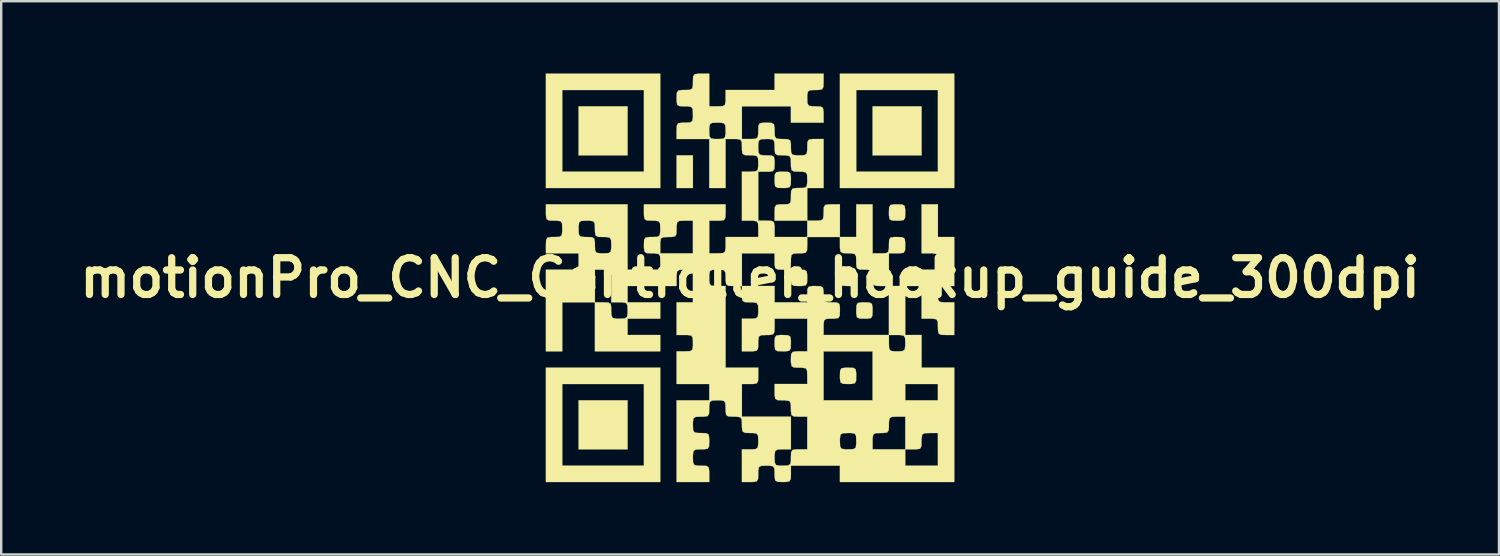
<source format=kicad_pcb>
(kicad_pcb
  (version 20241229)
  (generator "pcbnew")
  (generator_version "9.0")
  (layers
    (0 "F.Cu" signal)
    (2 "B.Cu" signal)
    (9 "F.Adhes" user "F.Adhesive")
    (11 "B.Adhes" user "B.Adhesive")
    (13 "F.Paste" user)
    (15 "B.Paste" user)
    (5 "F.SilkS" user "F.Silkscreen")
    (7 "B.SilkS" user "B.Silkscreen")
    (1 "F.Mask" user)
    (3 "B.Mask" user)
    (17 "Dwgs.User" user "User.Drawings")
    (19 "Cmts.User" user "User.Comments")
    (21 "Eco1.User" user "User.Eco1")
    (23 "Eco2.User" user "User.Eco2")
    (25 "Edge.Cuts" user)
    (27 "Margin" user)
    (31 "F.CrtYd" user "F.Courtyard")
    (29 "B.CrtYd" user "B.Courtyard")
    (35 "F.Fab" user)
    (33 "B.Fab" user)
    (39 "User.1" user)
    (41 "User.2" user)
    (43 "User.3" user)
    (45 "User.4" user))
  (footprint "motionPro_CNC_Controller_hookup_guide_300dpi"
    (layer "F.Cu")
    (at 28.056 8.472)
    (property "Reference" "motionPro_CNC_Controller_hookup_guide_300dpi" (at 0 0 0) (layer "F.SilkS") (effects (font (size 1.524 1.524) (thickness 0.3))))
    (attr through_hole)
    (fp_poly (pts (xy -5.08 -5.08) (xy -7.112 -5.08) (xy -7.112 -7.112) (xy -5.08 -7.112) (xy -5.08 -5.08)) (stroke (width 0.01) (type solid)) (fill yes) (layer "F.SilkS"))
    (fp_poly (pts (xy -5.08 7.112) (xy -7.112 7.112) (xy -7.112 5.08) (xy -5.08 5.08) (xy -5.08 7.112)) (stroke (width 0.01) (type solid)) (fill yes) (layer "F.SilkS"))
    (fp_poly (pts (xy -2.371 -3.725) (xy -3.048 -3.725) (xy -3.048 -5.08) (xy -2.371 -5.08) (xy -2.371 -3.725)) (stroke (width 0.01) (type solid)) (fill yes) (layer "F.SilkS"))
    (fp_poly (pts (xy 7.112 -5.08) (xy 5.08 -5.08) (xy 5.08 -7.112) (xy 7.112 -7.112) (xy 7.112 -5.08)) (stroke (width 0.01) (type solid)) (fill yes) (layer "F.SilkS"))
    (fp_poly (pts (xy -3.725 -3.725) (xy -8.467 -3.725) (xy -8.467 -7.789) (xy -7.789 -7.789) (xy -7.789 -4.403) (xy -4.403 -4.403) (xy -4.403 -7.789) (xy -7.789 -7.789) (xy -8.467 -7.789) (xy -8.467 -8.467) (xy -3.725 -8.467) (xy -3.725 -3.725)) (stroke (width 0.01) (type solid)) (fill yes) (layer "F.SilkS"))
    (fp_poly (pts (xy -3.725 8.467) (xy -8.467 8.467) (xy -8.467 4.403) (xy -7.789 4.403) (xy -7.789 7.789) (xy -4.403 7.789) (xy -4.403 4.403) (xy -7.789 4.403) (xy -8.467 4.403) (xy -8.467 3.725) (xy -3.725 3.725) (xy -3.725 8.467)) (stroke (width 0.01) (type solid)) (fill yes) (layer "F.SilkS"))
    (fp_poly (pts (xy 8.467 -3.725) (xy 3.725 -3.725) (xy 3.725 -7.789) (xy 4.403 -7.789) (xy 4.403 -4.403) (xy 7.789 -4.403) (xy 7.789 -7.789) (xy 4.403 -7.789) (xy 3.725 -7.789) (xy 3.725 -8.467) (xy 8.467 -8.467) (xy 8.467 -3.725)) (stroke (width 0.01) (type solid)) (fill yes) (layer "F.SilkS"))
    (fp_poly (pts (xy 1.571 -4.395) (xy 1.668 -4.337) (xy 1.693 -4.183) (xy 1.693 -4.064) (xy 1.685 -3.847) (xy 1.628 -3.751) (xy 1.473 -3.726) (xy 1.355 -3.725) (xy 1.138 -3.733) (xy 1.042 -3.791) (xy 1.017 -3.945) (xy 1.016 -4.064) (xy 1.024 -4.281) (xy 1.081 -4.377) (xy 1.236 -4.402) (xy 1.355 -4.403) (xy 1.571 -4.395)) (stroke (width 0.01) (type solid)) (fill yes) (layer "F.SilkS"))
    (fp_poly (pts (xy 1.571 2.379) (xy 1.668 2.436) (xy 1.693 2.591) (xy 1.693 2.709) (xy 1.685 2.926) (xy 1.628 3.022) (xy 1.473 3.047) (xy 1.355 3.048) (xy 1.138 3.04) (xy 1.042 2.983) (xy 1.017 2.828) (xy 1.016 2.709) (xy 1.024 2.493) (xy 1.081 2.396) (xy 1.236 2.371) (xy 1.355 2.371) (xy 1.571 2.379)) (stroke (width 0.01) (type solid)) (fill yes) (layer "F.SilkS"))
    (fp_poly (pts (xy 2.249 -0.331) (xy 2.345 -0.273) (xy 2.37 -0.119) (xy 2.371 0) (xy 2.363 0.217) (xy 2.305 0.313) (xy 2.151 0.338) (xy 2.032 0.339) (xy 1.815 0.331) (xy 1.719 0.273) (xy 1.694 0.119) (xy 1.693 0) (xy 1.701 -0.217) (xy 1.759 -0.313) (xy 1.913 -0.338) (xy 2.032 -0.339) (xy 2.249 -0.331)) (stroke (width 0.01) (type solid)) (fill yes) (layer "F.SilkS"))
    (fp_poly (pts (xy 4.281 -0.331) (xy 4.377 -0.273) (xy 4.402 -0.119) (xy 4.403 0) (xy 4.395 0.217) (xy 4.337 0.313) (xy 4.183 0.338) (xy 4.064 0.339) (xy 3.847 0.331) (xy 3.751 0.273) (xy 3.726 0.119) (xy 3.725 0) (xy 3.733 -0.217) (xy 3.791 -0.313) (xy 3.945 -0.338) (xy 4.064 -0.339) (xy 4.281 -0.331)) (stroke (width 0.01) (type solid)) (fill yes) (layer "F.SilkS"))
    (fp_poly (pts (xy 4.281 3.733) (xy 4.377 3.791) (xy 4.402 3.945) (xy 4.403 4.064) (xy 4.395 4.281) (xy 4.337 4.377) (xy 4.183 4.402) (xy 4.064 4.403) (xy 3.847 4.395) (xy 3.751 4.337) (xy 3.726 4.183) (xy 3.725 4.064) (xy 3.733 3.847) (xy 3.791 3.751) (xy 3.945 3.726) (xy 4.064 3.725) (xy 4.281 3.733)) (stroke (width 0.01) (type solid)) (fill yes) (layer "F.SilkS"))
    (fp_poly (pts (xy 4.958 1.024) (xy 5.054 1.081) (xy 5.079 1.236) (xy 5.08 1.355) (xy 5.072 1.571) (xy 5.015 1.668) (xy 4.86 1.693) (xy 4.741 1.693) (xy 4.525 1.685) (xy 4.428 1.628) (xy 4.403 1.473) (xy 4.403 1.355) (xy 4.411 1.138) (xy 4.468 1.042) (xy 4.623 1.017) (xy 4.741 1.016) (xy 4.958 1.024)) (stroke (width 0.01) (type solid)) (fill yes) (layer "F.SilkS"))
    (fp_poly (pts (xy 6.313 -3.04) (xy 6.409 -2.983) (xy 6.434 -2.828) (xy 6.435 -2.709) (xy 6.427 -2.493) (xy 6.369 -2.396) (xy 6.215 -2.371) (xy 6.096 -2.371) (xy 5.879 -2.379) (xy 5.783 -2.436) (xy 5.758 -2.591) (xy 5.757 -2.709) (xy 5.765 -2.926) (xy 5.823 -3.022) (xy 5.977 -3.047) (xy 6.096 -3.048) (xy 6.313 -3.04)) (stroke (width 0.01) (type solid)) (fill yes) (layer "F.SilkS"))
    (fp_poly (pts (xy -7.789 1.016) (xy -7.789 3.048) (xy -8.467 3.048) (xy -8.467 -0.339) (xy -7.112 -0.339) (xy -6.435 -0.339) (xy -6.435 1.016) (xy -6.096 1.016) (xy -5.879 1.024) (xy -5.783 1.081) (xy -5.758 1.236) (xy -5.757 1.355) (xy -5.749 1.571) (xy -5.692 1.668) (xy -5.537 1.693) (xy -5.419 1.693) (xy -5.202 1.685) (xy -5.106 1.628) (xy -5.081 1.473) (xy -5.08 1.355) (xy -5.088 1.138) (xy -5.145 1.042) (xy -5.3 1.017) (xy -5.419 1.016) (xy -5.757 1.016) (xy -5.757 -0.339) (xy -6.435 -0.339) (xy -7.112 -0.339) (xy -7.112 -1.016) (xy -8.467 -1.016) (xy -8.467 -1.355) (xy -8.459 -1.571) (xy -8.401 -1.668) (xy -8.247 -1.693) (xy -8.128 -1.693) (xy -7.911 -1.701) (xy -7.815 -1.759) (xy -7.79 -1.913) (xy -7.789 -2.032) (xy -7.112 -2.032) (xy -7.104 -1.815) (xy -7.047 -1.719) (xy -6.892 -1.694) (xy -6.773 -1.693) (xy -6.557 -1.685) (xy -6.46 -1.628) (xy -6.435 -1.473) (xy -6.435 -1.355) (xy -6.427 -1.138) (xy -6.369 -1.042) (xy -6.215 -1.017) (xy -6.096 -1.016) (xy -5.879 -1.024) (xy -5.783 -1.081) (xy -5.758 -1.236) (xy -5.757 -1.355) (xy -5.765 -1.571) (xy -5.823 -1.668) (xy -5.977 -1.693) (xy -6.096 -1.693) (xy -6.313 -1.701) (xy -6.409 -1.759) (xy -6.434 -1.913) (xy -6.435 -2.032) (xy -6.443 -2.249) (xy -6.5 -2.345) (xy -6.655 -2.37) (xy -6.773 -2.371) (xy -6.99 -2.363) (xy -7.086 -2.305) (xy -7.111 -2.151) (xy -7.112 -2.032) (xy -7.789 -2.032) (xy -7.797 -2.249) (xy -7.855 -2.345) (xy -8.009 -2.37) (xy -8.128 -2.371) (xy -8.345 -2.379) (xy -8.441 -2.436) (xy -8.466 -2.591) (xy -8.467 -2.709) (xy -8.467 -3.048) (xy -5.08 -3.048) (xy -5.08 -0.339) (xy -3.725 -0.339) (xy -3.725 -0.677) (xy -3.733 -0.894) (xy -3.791 -0.99) (xy -3.945 -1.015) (xy -4.064 -1.016) (xy -4.281 -1.024) (xy -4.377 -1.081) (xy -4.402 -1.236) (xy -4.403 -1.355) (xy -3.725 -1.355) (xy -3.725 -1.016) (xy -2.371 -1.016) (xy -2.371 -2.371) (xy -2.709 -2.371) (xy -2.926 -2.363) (xy -3.022 -2.305) (xy -3.047 -2.151) (xy -3.048 -2.032) (xy -3.056 -1.815) (xy -3.113 -1.719) (xy -3.268 -1.694) (xy -3.387 -1.693) (xy -3.603 -1.685) (xy -3.7 -1.628) (xy -3.725 -1.473) (xy -3.725 -1.355) (xy -4.403 -1.355) (xy -4.395 -1.571) (xy -4.337 -1.668) (xy -4.183 -1.693) (xy -4.064 -1.693) (xy -3.847 -1.701) (xy -3.751 -1.759) (xy -3.726 -1.913) (xy -3.725 -2.032) (xy -3.733 -2.249) (xy -3.791 -2.345) (xy -3.945 -2.37) (xy -4.064 -2.371) (xy -4.281 -2.379) (xy -4.377 -2.436) (xy -4.402 -2.591) (xy -4.403 -2.709) (xy -4.403 -3.048) (xy -1.016 -3.048) (xy -1.016 -2.709) (xy -1.024 -2.493) (xy -1.081 -2.396) (xy -1.236 -2.371) (xy -1.355 -2.371) (xy -1.693 -2.371) (xy -1.693 -1.016) (xy -1.355 -1.016) (xy -0.339 -1.016) (xy -0.339 0.339) (xy 1.016 0.339) (xy 1.016 1.016) (xy 2.371 1.016) (xy 2.371 0.677) (xy 2.379 0.461) (xy 2.436 0.364) (xy 2.591 0.339) (xy 2.709 0.339) (xy 2.926 0.347) (xy 3.022 0.404) (xy 3.047 0.559) (xy 3.048 0.677) (xy 3.056 0.894) (xy 3.113 0.99) (xy 3.268 1.015) (xy 3.387 1.016) (xy 3.603 1.024) (xy 3.7 1.081) (xy 3.725 1.236) (xy 3.725 1.355) (xy 3.717 1.571) (xy 3.66 1.668) (xy 3.505 1.693) (xy 3.387 1.693) (xy 3.17 1.701) (xy 3.074 1.759) (xy 3.049 1.913) (xy 3.048 2.032) (xy 3.048 2.371) (xy 5.757 2.371) (xy 5.757 2.709) (xy 5.765 2.926) (xy 5.823 3.022) (xy 5.977 3.047) (xy 6.096 3.048) (xy 6.313 3.04) (xy 6.409 2.983) (xy 6.434 2.828) (xy 6.435 2.709) (xy 6.427 2.493) (xy 6.369 2.396) (xy 6.215 2.371) (xy 6.096 2.371) (xy 5.757 2.371) (xy 5.757 0.339) (xy 5.419 0.339) (xy 5.202 0.331) (xy 5.106 0.273) (xy 5.081 0.119) (xy 5.08 0) (xy 5.072 -0.217) (xy 5.015 -0.313) (xy 4.86 -0.338) (xy 4.741 -0.339) (xy 4.525 -0.347) (xy 4.428 -0.404) (xy 4.403 -0.559) (xy 4.403 -0.677) (xy 4.395 -0.894) (xy 4.337 -0.99) (xy 4.183 -1.015) (xy 4.064 -1.016) (xy 3.847 -1.024) (xy 3.751 -1.081) (xy 3.726 -1.236) (xy 3.725 -1.355) (xy 3.725 -1.693) (xy 2.371 -1.693) (xy 2.371 -1.355) (xy 2.363 -1.138) (xy 2.305 -1.042) (xy 2.151 -1.017) (xy 2.032 -1.016) (xy 1.815 -1.008) (xy 1.719 -0.951) (xy 1.694 -0.796) (xy 1.693 -0.677) (xy 1.685 -0.461) (xy 1.628 -0.364) (xy 1.473 -0.339) (xy 1.355 -0.339) (xy 1.138 -0.347) (xy 1.042 -0.404) (xy 1.017 -0.559) (xy 1.016 -0.677) (xy 1.016 -1.016) (xy -0.339 -1.016) (xy -1.355 -1.016) (xy -1.138 -1.024) (xy -1.042 -1.081) (xy -1.017 -1.236) (xy -1.016 -1.355) (xy -1.016 -1.693) (xy 0.339 -1.693) (xy 0.339 -2.032) (xy 0.331 -2.249) (xy 0.273 -2.345) (xy 0.119 -2.37) (xy 0 -2.371) (xy -0.339 -2.371) (xy -0.339 -4.403) (xy 0 -4.403) (xy 0.217 -4.411) (xy 0.313 -4.468) (xy 0.338 -4.623) (xy 0.339 -4.741) (xy 0.331 -4.958) (xy 0.273 -5.054) (xy 0.119 -5.079) (xy 0 -5.08) (xy -0.217 -5.088) (xy -0.313 -5.145) (xy -0.338 -5.3) (xy -0.339 -5.419) (xy 0.339 -5.419) (xy 0.347 -5.202) (xy 0.404 -5.106) (xy 0.559 -5.081) (xy 0.677 -5.08) (xy 0.894 -5.072) (xy 0.99 -5.015) (xy 1.015 -4.86) (xy 1.016 -4.741) (xy 1.008 -4.525) (xy 0.951 -4.428) (xy 0.796 -4.403) (xy 0.677 -4.403) (xy 0.339 -4.403) (xy 0.339 -2.371) (xy 0.677 -2.371) (xy 0.894 -2.363) (xy 0.99 -2.305) (xy 1.015 -2.151) (xy 1.016 -2.032) (xy 1.016 -1.693) (xy 2.371 -1.693) (xy 2.371 -2.371) (xy 1.016 -2.371) (xy 1.016 -2.709) (xy 1.024 -2.926) (xy 1.081 -3.022) (xy 1.236 -3.047) (xy 1.355 -3.048) (xy 1.571 -3.056) (xy 1.668 -3.113) (xy 1.693 -3.268) (xy 1.693 -3.387) (xy 1.701 -3.603) (xy 1.759 -3.7) (xy 1.913 -3.725) (xy 2.032 -3.725) (xy 2.249 -3.733) (xy 2.345 -3.791) (xy 2.37 -3.945) (xy 2.371 -4.064) (xy 2.363 -4.281) (xy 2.305 -4.377) (xy 2.151 -4.402) (xy 2.032 -4.403) (xy 1.815 -4.411) (xy 1.719 -4.468) (xy 1.694 -4.623) (xy 1.693 -4.741) (xy 1.685 -4.958) (xy 1.628 -5.054) (xy 1.473 -5.079) (xy 1.355 -5.08) (xy 1.138 -5.088) (xy 1.042 -5.145) (xy 1.017 -5.3) (xy 1.016 -5.419) (xy 1.008 -5.635) (xy 0.951 -5.732) (xy 0.796 -5.757) (xy 0.677 -5.757) (xy 0.461 -5.749) (xy 0.364 -5.692) (xy 0.339 -5.537) (xy 0.339 -5.419) (xy -0.339 -5.419) (xy -0.347 -5.635) (xy -0.404 -5.732) (xy -0.559 -5.757) (xy -0.677 -5.757) (xy -1.016 -5.757) (xy -1.016 -3.725) (xy -1.693 -3.725) (xy -1.693 -5.757) (xy -3.048 -5.757) (xy -3.048 -6.096) (xy -1.693 -6.096) (xy -1.685 -5.879) (xy -1.628 -5.783) (xy -1.473 -5.758) (xy -1.355 -5.757) (xy -1.138 -5.765) (xy -1.042 -5.823) (xy -1.017 -5.977) (xy -1.016 -6.096) (xy -1.024 -6.313) (xy -1.081 -6.409) (xy -1.236 -6.434) (xy -1.355 -6.435) (xy -1.571 -6.427) (xy -1.668 -6.369) (xy -1.693 -6.215) (xy -1.693 -6.096) (xy -3.048 -6.096) (xy -3.04 -6.313) (xy -2.983 -6.409) (xy -2.828 -6.434) (xy -2.709 -6.435) (xy -2.493 -6.443) (xy -2.396 -6.5) (xy -2.371 -6.655) (xy -2.371 -6.773) (xy -2.379 -6.99) (xy -2.436 -7.086) (xy -2.591 -7.111) (xy -2.709 -7.112) (xy -2.926 -7.12) (xy -3.022 -7.177) (xy -3.047 -7.332) (xy -3.048 -7.451) (xy -3.04 -7.667) (xy -2.983 -7.764) (xy -2.828 -7.789) (xy -2.709 -7.789) (xy -2.493 -7.797) (xy -2.396 -7.855) (xy -2.371 -8.009) (xy -2.371 -8.128) (xy -2.363 -8.345) (xy -2.305 -8.441) (xy -2.151 -8.466) (xy -2.032 -8.467) (xy -1.693 -8.467) (xy -1.693 -7.112) (xy -1.355 -7.112) (xy -1.138 -7.12) (xy -1.042 -7.177) (xy -1.017 -7.332) (xy -1.016 -7.451) (xy -1.016 -7.789) (xy 1.016 -7.789) (xy 1.016 -8.467) (xy 3.048 -8.467) (xy 3.048 -8.128) (xy 3.04 -7.911) (xy 2.983 -7.815) (xy 2.828 -7.79) (xy 2.709 -7.789) (xy 2.493 -7.781) (xy 2.396 -7.724) (xy 2.371 -7.569) (xy 2.371 -7.451) (xy 2.379 -7.234) (xy 2.436 -7.138) (xy 2.591 -7.113) (xy 2.709 -7.112) (xy 2.926 -7.104) (xy 3.022 -7.047) (xy 3.047 -6.892) (xy 3.048 -6.773) (xy 3.048 -6.435) (xy 1.693 -6.435) (xy 1.693 -7.112) (xy -0.339 -7.112) (xy -0.339 -5.757) (xy 0 -5.757) (xy 0.217 -5.765) (xy 0.313 -5.823) (xy 0.338 -5.977) (xy 0.339 -6.096) (xy 0.347 -6.313) (xy 0.404 -6.409) (xy 0.559 -6.434) (xy 0.677 -6.435) (xy 0.894 -6.427) (xy 0.99 -6.369) (xy 1.015 -6.215) (xy 1.016 -6.096) (xy 1.024 -5.879) (xy 1.081 -5.783) (xy 1.236 -5.758) (xy 1.355 -5.757) (xy 1.571 -5.749) (xy 1.668 -5.692) (xy 1.693 -5.537) (xy 1.693 -5.419) (xy 1.701 -5.202) (xy 1.759 -5.106) (xy 1.913 -5.081) (xy 2.032 -5.08) (xy 2.249 -5.088) (xy 2.345 -5.145) (xy 2.37 -5.3) (xy 2.371 -5.419) (xy 2.379 -5.635) (xy 2.436 -5.732) (xy 2.591 -5.757) (xy 2.709 -5.757) (xy 3.048 -5.757) (xy 3.048 -3.725) (xy 2.371 -3.725) (xy 2.371 -2.371) (xy 2.709 -2.371) (xy 2.926 -2.379) (xy 3.022 -2.436) (xy 3.047 -2.591) (xy 3.048 -2.709) (xy 3.056 -2.926) (xy 3.113 -3.022) (xy 3.268 -3.047) (xy 3.387 -3.048) (xy 3.725 -3.048) (xy 3.725 -1.693) (xy 4.403 -1.693) (xy 4.403 -3.048) (xy 5.08 -3.048) (xy 5.08 -1.016) (xy 5.419 -1.016) (xy 5.635 -1.024) (xy 5.732 -1.081) (xy 5.757 -1.236) (xy 5.757 -1.355) (xy 5.765 -1.571) (xy 5.823 -1.668) (xy 5.977 -1.693) (xy 6.096 -1.693) (xy 6.313 -1.685) (xy 6.409 -1.628) (xy 6.434 -1.473) (xy 6.435 -1.355) (xy 6.427 -1.138) (xy 6.369 -1.042) (xy 6.215 -1.017) (xy 6.096 -1.016) (xy 5.757 -1.016) (xy 5.757 0.339) (xy 6.096 0.339) (xy 6.313 0.331) (xy 6.409 0.273) (xy 6.434 0.119) (xy 6.435 0) (xy 6.435 -0.339) (xy 7.789 -0.339) (xy 7.789 -0.677) (xy 7.781 -0.894) (xy 7.724 -0.99) (xy 7.569 -1.015) (xy 7.451 -1.016) (xy 7.112 -1.016) (xy 7.112 -3.048) (xy 7.789 -3.048) (xy 7.789 -1.693) (xy 8.467 -1.693) (xy 8.467 0.339) (xy 8.128 0.339) (xy 7.911 0.347) (xy 7.815 0.404) (xy 7.79 0.559) (xy 7.789 0.677) (xy 7.797 0.894) (xy 7.855 0.99) (xy 8.009 1.015) (xy 8.128 1.016) (xy 8.467 1.016) (xy 8.467 2.371) (xy 8.128 2.371) (xy 7.911 2.363) (xy 7.815 2.305) (xy 7.79 2.151) (xy 7.789 2.032) (xy 7.781 1.815) (xy 7.724 1.719) (xy 7.569 1.694) (xy 7.451 1.693) (xy 7.112 1.693) (xy 7.112 0.339) (xy 6.435 0.339) (xy 6.435 2.371) (xy 7.112 2.371) (xy 7.112 3.725) (xy 8.467 3.725) (xy 8.467 8.467) (xy 3.725 8.467) (xy 3.725 7.789) (xy 1.693 7.789) (xy 1.693 8.128) (xy 1.685 8.345) (xy 1.628 8.441) (xy 1.473 8.466) (xy 1.355 8.467) (xy 1.138 8.459) (xy 1.042 8.401) (xy 1.017 8.247) (xy 1.016 8.128) (xy 1.008 7.911) (xy 0.951 7.815) (xy 0.796 7.79) (xy 0.677 7.789) (xy 0.461 7.797) (xy 0.364 7.855) (xy 0.339 8.009) (xy 0.339 8.128) (xy 0.331 8.345) (xy 0.273 8.441) (xy 0.119 8.466) (xy 0 8.467) (xy -0.339 8.467) (xy -0.339 7.112) (xy 0 7.112) (xy 0.217 7.104) (xy 0.313 7.047) (xy 0.338 6.892) (xy 0.339 6.773) (xy 0.331 6.557) (xy 0.273 6.46) (xy 0.119 6.435) (xy 0 6.435) (xy -0.217 6.427) (xy -0.313 6.369) (xy -0.338 6.215) (xy -0.339 6.096) (xy -0.347 5.879) (xy -0.404 5.783) (xy -0.559 5.758) (xy -0.677 5.757) (xy -0.894 5.749) (xy -0.99 5.692) (xy -1.015 5.537) (xy -1.016 5.419) (xy -1.024 5.202) (xy -1.081 5.106) (xy -1.236 5.081) (xy -1.355 5.08) (xy -1.571 5.088) (xy -1.668 5.145) (xy -1.693 5.3) (xy -1.693 5.419) (xy -1.701 5.635) (xy -1.759 5.732) (xy -1.913 5.757) (xy -2.032 5.757) (xy -2.249 5.765) (xy -2.345 5.823) (xy -2.37 5.977) (xy -2.371 6.096) (xy -2.363 6.313) (xy -2.305 6.409) (xy -2.151 6.434) (xy -2.032 6.435) (xy -1.815 6.443) (xy -1.719 6.5) (xy -1.694 6.655) (xy -1.693 6.773) (xy -1.701 6.99) (xy -1.759 7.086) (xy -1.913 7.111) (xy -2.032 7.112) (xy -2.249 7.12) (xy -2.345 7.177) (xy -2.37 7.332) (xy -2.371 7.451) (xy -2.363 7.667) (xy -2.305 7.764) (xy -2.151 7.789) (xy -2.032 7.789) (xy -1.815 7.797) (xy -1.719 7.855) (xy -1.694 8.009) (xy -1.693 8.128) (xy -1.693 8.467) (xy -3.048 8.467) (xy -3.048 5.08) (xy -1.693 5.08) (xy -1.693 4.403) (xy -3.048 4.403) (xy -3.048 3.048) (xy -2.709 3.048) (xy -2.493 3.04) (xy -2.396 2.983) (xy -2.371 2.828) (xy -2.371 2.709) (xy -2.379 2.493) (xy -2.436 2.396) (xy -2.591 2.371) (xy -2.709 2.371) (xy -3.048 2.371) (xy -3.048 1.016) (xy -2.371 1.016) (xy -2.371 0) (xy -1.693 0) (xy -1.685 0.217) (xy -1.628 0.313) (xy -1.473 0.338) (xy -1.355 0.339) (xy -1.016 0.339) (xy -1.016 3.725) (xy 0.339 3.725) (xy 0.339 4.064) (xy 0.331 4.281) (xy 0.273 4.377) (xy 0.119 4.402) (xy 0 4.403) (xy -0.339 4.403) (xy -0.339 5.757) (xy 1.693 5.757) (xy 1.693 7.112) (xy 1.355 7.112) (xy 1.138 7.12) (xy 1.042 7.177) (xy 1.017 7.332) (xy 1.016 7.451) (xy 1.024 7.667) (xy 1.081 7.764) (xy 1.236 7.789) (xy 1.355 7.789) (xy 1.571 7.781) (xy 1.668 7.724) (xy 1.693 7.569) (xy 1.693 7.451) (xy 1.701 7.234) (xy 1.759 7.138) (xy 1.913 7.113) (xy 2.032 7.112) (xy 2.371 7.112) (xy 2.371 6.773) (xy 3.725 6.773) (xy 3.733 6.99) (xy 3.791 7.086) (xy 3.945 7.111) (xy 4.064 7.112) (xy 4.281 7.104) (xy 4.377 7.047) (xy 4.402 6.892) (xy 4.403 6.773) (xy 5.08 6.773) (xy 5.08 7.112) (xy 6.435 7.112) (xy 6.435 7.789) (xy 7.789 7.789) (xy 7.789 6.435) (xy 7.451 6.435) (xy 7.234 6.443) (xy 7.138 6.5) (xy 7.113 6.655) (xy 7.112 6.773) (xy 7.104 6.99) (xy 7.047 7.086) (xy 6.892 7.111) (xy 6.773 7.112) (xy 6.435 7.112) (xy 6.435 5.757) (xy 6.096 5.757) (xy 5.879 5.765) (xy 5.783 5.823) (xy 5.758 5.977) (xy 5.757 6.096) (xy 5.749 6.313) (xy 5.692 6.409) (xy 5.537 6.434) (xy 5.419 6.435) (xy 5.202 6.443) (xy 5.106 6.5) (xy 5.081 6.655) (xy 5.08 6.773) (xy 4.403 6.773) (xy 4.395 6.557) (xy 4.337 6.46) (xy 4.183 6.435) (xy 4.064 6.435) (xy 3.847 6.443) (xy 3.751 6.5) (xy 3.726 6.655) (xy 3.725 6.773) (xy 2.371 6.773) (xy 2.371 5.757) (xy 2.032 5.757) (xy 1.815 5.749) (xy 1.719 5.692) (xy 1.694 5.537) (xy 1.693 5.419) (xy 1.685 5.202) (xy 1.628 5.106) (xy 1.473 5.081) (xy 1.355 5.08) (xy 1.138 5.072) (xy 1.042 5.015) (xy 1.017 4.86) (xy 1.016 4.741) (xy 1.016 4.403) (xy 2.371 4.403) (xy 2.371 4.064) (xy 2.363 3.847) (xy 2.305 3.751) (xy 2.151 3.726) (xy 2.032 3.725) (xy 1.815 3.717) (xy 1.719 3.66) (xy 1.694 3.505) (xy 1.693 3.387) (xy 1.701 3.17) (xy 1.759 3.074) (xy 1.913 3.049) (xy 2.032 3.048) (xy 2.371 3.048) (xy 3.048 3.048) (xy 3.048 5.08) (xy 5.08 5.08) (xy 5.08 4.403) (xy 6.435 4.403) (xy 6.435 5.08) (xy 7.789 5.08) (xy 7.789 4.403) (xy 6.435 4.403) (xy 5.08 4.403) (xy 5.08 3.048) (xy 3.048 3.048) (xy 2.371 3.048) (xy 2.371 1.693) (xy 1.016 1.693) (xy 1.016 2.032) (xy 1.008 2.249) (xy 0.951 2.345) (xy 0.796 2.37) (xy 0.677 2.371) (xy 0.461 2.379) (xy 0.364 2.436) (xy 0.339 2.591) (xy 0.339 2.709) (xy 0.331 2.926) (xy 0.273 3.022) (xy 0.119 3.047) (xy 0 3.048) (xy -0.339 3.048) (xy -0.339 1.693) (xy 0 1.693) (xy 0.217 1.685) (xy 0.313 1.628) (xy 0.338 1.473) (xy 0.339 1.355) (xy 0.331 1.138) (xy 0.273 1.042) (xy 0.119 1.017) (xy 0 1.016) (xy -0.217 1.008) (xy -0.313 0.951) (xy -0.338 0.796) (xy -0.339 0.677) (xy -0.339 0.339) (xy -0.677 0.339) (xy -0.894 0.331) (xy -0.99 0.273) (xy -1.015 0.119) (xy -1.016 0) (xy -1.024 -0.217) (xy -1.081 -0.313) (xy -1.236 -0.338) (xy -1.355 -0.339) (xy -1.571 -0.331) (xy -1.668 -0.273) (xy -1.693 -0.119) (xy -1.693 0) (xy -2.371 0) (xy -2.371 -0.339) (xy -2.709 -0.339) (xy -2.926 -0.331) (xy -3.022 -0.273) (xy -3.047 -0.119) (xy -3.048 0) (xy -3.048 0.339) (xy -5.08 0.339) (xy -5.08 1.016) (xy -3.725 1.016) (xy -3.725 1.693) (xy -5.08 1.693) (xy -5.08 2.371) (xy -3.725 2.371) (xy -3.725 3.048) (xy -6.435 3.048) (xy -6.435 1.016) (xy -7.789 1.016)) (stroke (width 0.01) (type solid)) (fill yes) (layer "F.SilkS")))
  (gr_rect
    (start -3 -3)
    (end 59.112 19.943)
    (stroke (width 0.1) (type default))
    (fill no)
    (layer "Edge.Cuts")))
</source>
